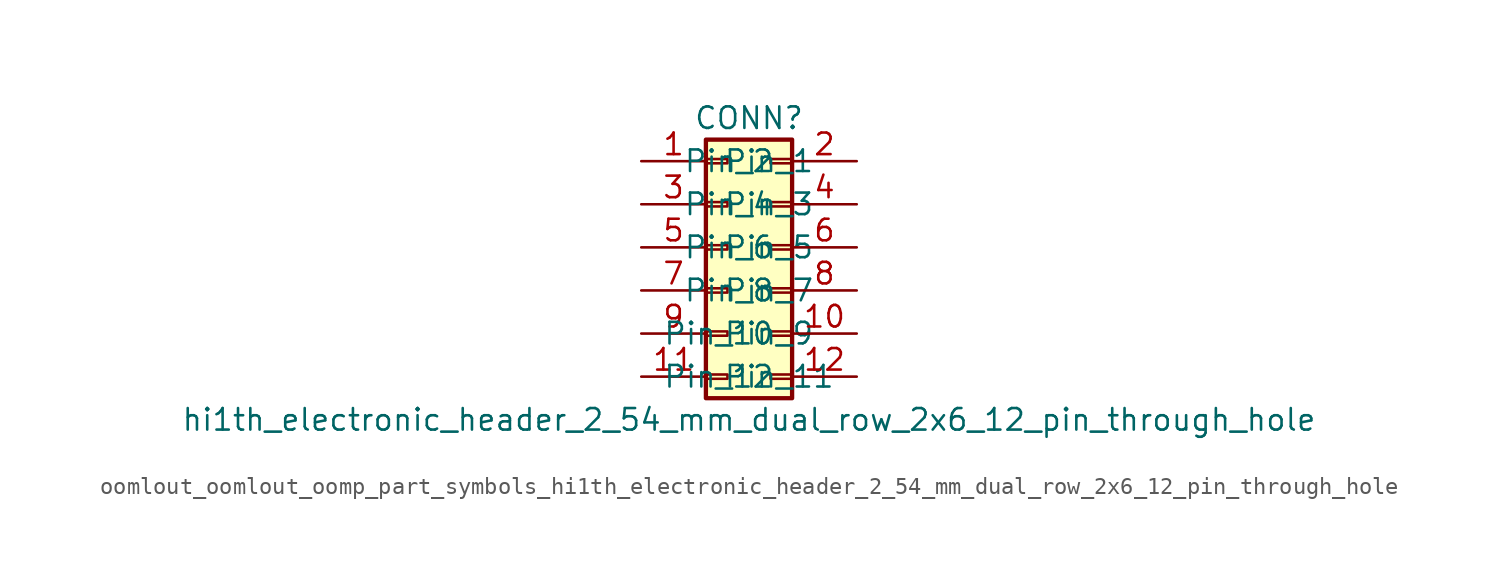
<source format=kicad_sym>
(kicad_symbol_lib
  (version 20220914)
  (generator kicad_symbol_editor)
  (symbol "oomlout_oomlout_oomp_part_symbols_hi1th_electronic_header_2_54_mm_dual_row_2x6_12_pin_through_hole"
    (pin_names
      (offset 1.016))
    (property "Reference" "CONN"
      (at 1.27 7.62 0)
      (effects (font (size 1.27 1.27))))
    (property "Value" "hi1th_electronic_header_2_54_mm_dual_row_2x6_12_pin_through_hole"
      (at 1.27 -10.16 0)
      (effects (font (size 1.27 1.27))))
    (symbol "oomlout_oomlout_oomp_part_symbols_hi1th_electronic_header_2_54_mm_dual_row_2x6_12_pin_through_hole_1_1"
      (rectangle (start -1.27 -7.493) (end 0 -7.747) (stroke (width 0.152) (type default)) (fill (type none)))
      (rectangle (start -1.27 -4.953) (end 0 -5.207) (stroke (width 0.152) (type default)) (fill (type none)))
      (rectangle (start -1.27 -2.413) (end 0 -2.667) (stroke (width 0.152) (type default)) (fill (type none)))
      (rectangle (start -1.27 0.127) (end 0 -0.127) (stroke (width 0.152) (type default)) (fill (type none)))
      (rectangle (start -1.27 2.667) (end 0 2.413) (stroke (width 0.152) (type default)) (fill (type none)))
      (rectangle (start -1.27 5.207) (end 0 4.953) (stroke (width 0.152) (type default)) (fill (type none)))
      (rectangle (start -1.27 6.35) (end 3.81 -8.89) (stroke (width 0.254) (type default)) (fill (type background)))
      (rectangle (start 3.81 -7.493) (end 2.54 -7.747) (stroke (width 0.152) (type default)) (fill (type none)))
      (rectangle (start 3.81 -4.953) (end 2.54 -5.207) (stroke (width 0.152) (type default)) (fill (type none)))
      (rectangle (start 3.81 -2.413) (end 2.54 -2.667) (stroke (width 0.152) (type default)) (fill (type none)))
      (rectangle (start 3.81 0.127) (end 2.54 -0.127) (stroke (width 0.152) (type default)) (fill (type none)))
      (rectangle (start 3.81 2.667) (end 2.54 2.413) (stroke (width 0.152) (type default)) (fill (type none)))
      (rectangle (start 3.81 5.207) (end 2.54 4.953) (stroke (width 0.152) (type default)) (fill (type none)))
      (pin passive line (at -5.08 5.08 0) (length 3.81) (name "Pin_1" (effects (font (size 1.27 1.27)))) (number "1" (effects (font (size 1.27 1.27)))))
      (pin passive line (at 7.62 -5.08 180) (length 3.81) (name "Pin_10" (effects (font (size 1.27 1.27)))) (number "10" (effects (font (size 1.27 1.27)))))
      (pin passive line (at -5.08 -7.62 0) (length 3.81) (name "Pin_11" (effects (font (size 1.27 1.27)))) (number "11" (effects (font (size 1.27 1.27)))))
      (pin passive line (at 7.62 -7.62 180) (length 3.81) (name "Pin_12" (effects (font (size 1.27 1.27)))) (number "12" (effects (font (size 1.27 1.27)))))
      (pin passive line (at 7.62 5.08 180) (length 3.81) (name "Pin_2" (effects (font (size 1.27 1.27)))) (number "2" (effects (font (size 1.27 1.27)))))
      (pin passive line (at -5.08 2.54 0) (length 3.81) (name "Pin_3" (effects (font (size 1.27 1.27)))) (number "3" (effects (font (size 1.27 1.27)))))
      (pin passive line (at 7.62 2.54 180) (length 3.81) (name "Pin_4" (effects (font (size 1.27 1.27)))) (number "4" (effects (font (size 1.27 1.27)))))
      (pin passive line (at -5.08 0 0) (length 3.81) (name "Pin_5" (effects (font (size 1.27 1.27)))) (number "5" (effects (font (size 1.27 1.27)))))
      (pin passive line (at 7.62 0 180) (length 3.81) (name "Pin_6" (effects (font (size 1.27 1.27)))) (number "6" (effects (font (size 1.27 1.27)))))
      (pin passive line (at -5.08 -2.54 0) (length 3.81) (name "Pin_7" (effects (font (size 1.27 1.27)))) (number "7" (effects (font (size 1.27 1.27)))))
      (pin passive line (at 7.62 -2.54 180) (length 3.81) (name "Pin_8" (effects (font (size 1.27 1.27)))) (number "8" (effects (font (size 1.27 1.27)))))
      (pin passive line (at -5.08 -5.08 0) (length 3.81) (name "Pin_9" (effects (font (size 1.27 1.27)))) (number "9" (effects (font (size 1.27 1.27))))))))
</source>
